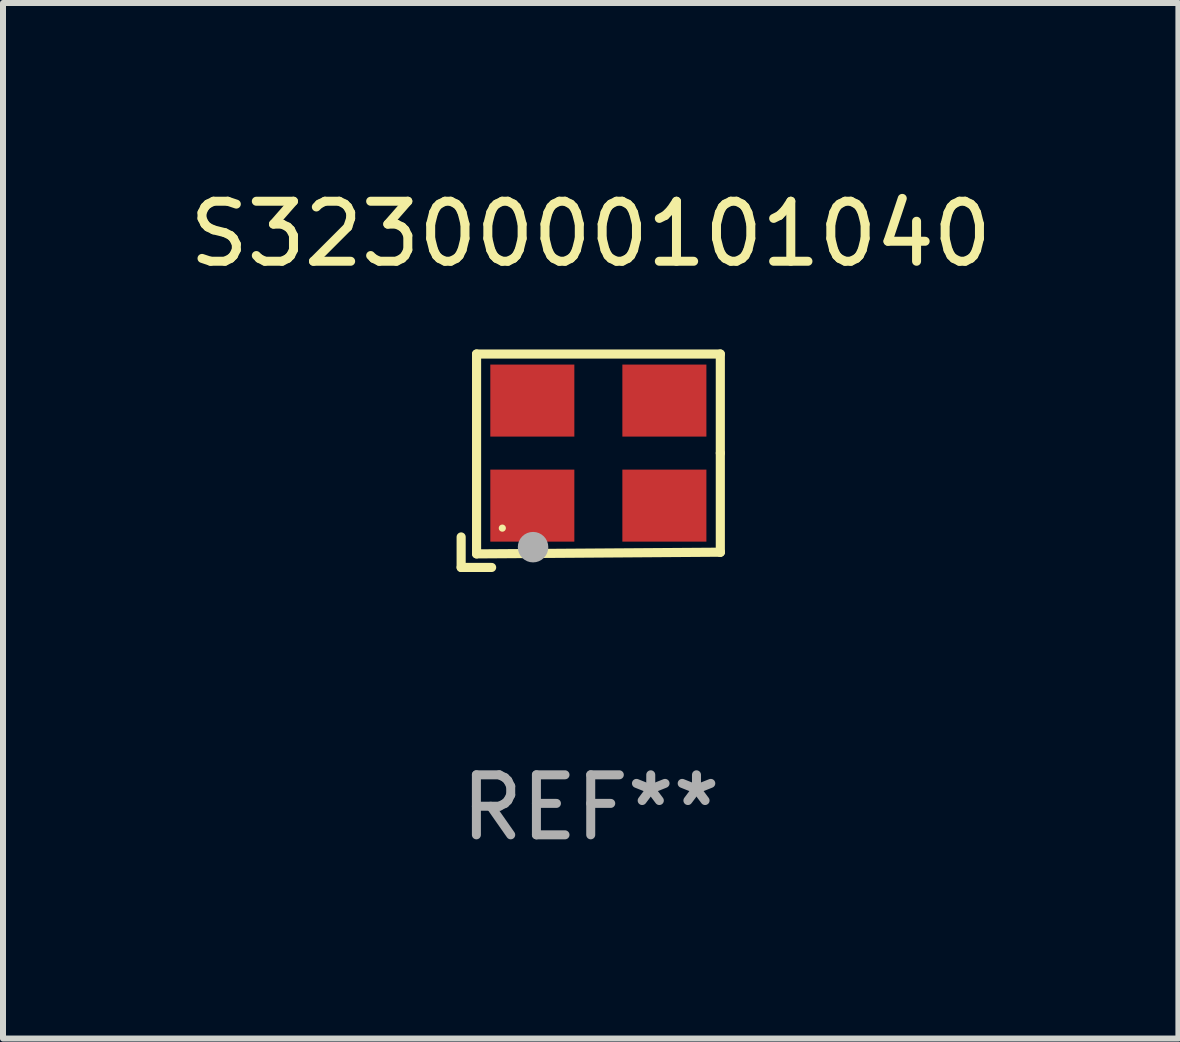
<source format=kicad_pcb>
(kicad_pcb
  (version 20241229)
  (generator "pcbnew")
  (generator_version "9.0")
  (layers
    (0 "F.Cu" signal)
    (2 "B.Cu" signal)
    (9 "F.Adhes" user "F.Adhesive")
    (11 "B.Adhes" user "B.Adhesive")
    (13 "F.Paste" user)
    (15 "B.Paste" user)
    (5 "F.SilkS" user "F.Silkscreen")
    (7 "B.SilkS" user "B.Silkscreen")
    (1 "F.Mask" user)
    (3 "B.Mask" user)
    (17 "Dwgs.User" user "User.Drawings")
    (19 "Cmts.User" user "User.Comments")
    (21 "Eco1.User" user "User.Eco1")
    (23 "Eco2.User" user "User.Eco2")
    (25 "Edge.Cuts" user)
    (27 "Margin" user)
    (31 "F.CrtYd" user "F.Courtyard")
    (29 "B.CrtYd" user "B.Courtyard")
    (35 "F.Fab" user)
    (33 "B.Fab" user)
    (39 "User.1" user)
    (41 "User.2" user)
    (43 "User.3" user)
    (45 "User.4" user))
  (footprint "S3230000101040"
    (layer "F.Cu")
    (at 6.792 4.626)
    (property "Reference" "S3230000101040" (at 0 -3.778 0) (layer "F.SilkS") (effects (font (size 1 1) (thickness 0.15))))
    (attr through_hole)
    (fp_line (start -2.159 1.27) (end -2.159 1.778) (stroke (width 0.152) (type solid)) (layer "F.SilkS"))
    (fp_line (start -2.159 1.778) (end -1.651 1.778) (stroke (width 0.152) (type solid)) (layer "F.SilkS"))
    (fp_line (start -1.902 -1.778) (end 2.159 -1.778) (stroke (width 0.152) (type solid)) (layer "F.SilkS"))
    (fp_line (start -1.902 1.552) (end -1.902 -1.778) (stroke (width 0.152) (type solid)) (layer "F.SilkS"))
    (fp_line (start 2.159 -1.778) (end 2.159 -0.127) (stroke (width 0.152) (type solid)) (layer "F.SilkS"))
    (fp_line (start 2.159 -0.127) (end 2.159 1.524) (stroke (width 0.152) (type solid)) (layer "F.SilkS"))
    (fp_line (start 2.159 1.524) (end -1.902 1.552) (stroke (width 0.152) (type solid)) (layer "F.SilkS"))
    (fp_line (start 2.159 1.524) (end 2.159 1.524) (stroke (width 0.152) (type solid)) (layer "F.SilkS"))
    (fp_circle (center -1.473 1.123) (end -1.443 1.123) (stroke (width 0.06) (type solid)) (fill no) (layer "F.SilkS"))
    (fp_circle (center -0.961 1.44) (end -0.834 1.44) (stroke (width 0.254) (type solid)) (fill no) (layer "F.Fab"))
    (fp_text user "REF**" (at 0 5.778 0) (layer "F.Fab") (effects (font (size 1 1) (thickness 0.15))))
    (pad "1" smd rect (at -0.973 0.748) (size 1.4 1.2) (layers "F.Cu" "F.Mask" "F.Paste"))
    (pad "2" smd rect (at 1.227 0.748) (size 1.4 1.2) (layers "F.Cu" "F.Mask" "F.Paste"))
    (pad "3" smd rect (at 1.227 -1.002) (size 1.4 1.2) (layers "F.Cu" "F.Mask" "F.Paste"))
    (pad "4" smd rect (at -0.973 -1.002) (size 1.4 1.2) (layers "F.Cu" "F.Mask" "F.Paste")))
  (gr_rect
    (start -3 -3)
    (end 16.583 14.253)
    (stroke (width 0.1) (type default))
    (fill no)
    (layer "Edge.Cuts")))
</source>
